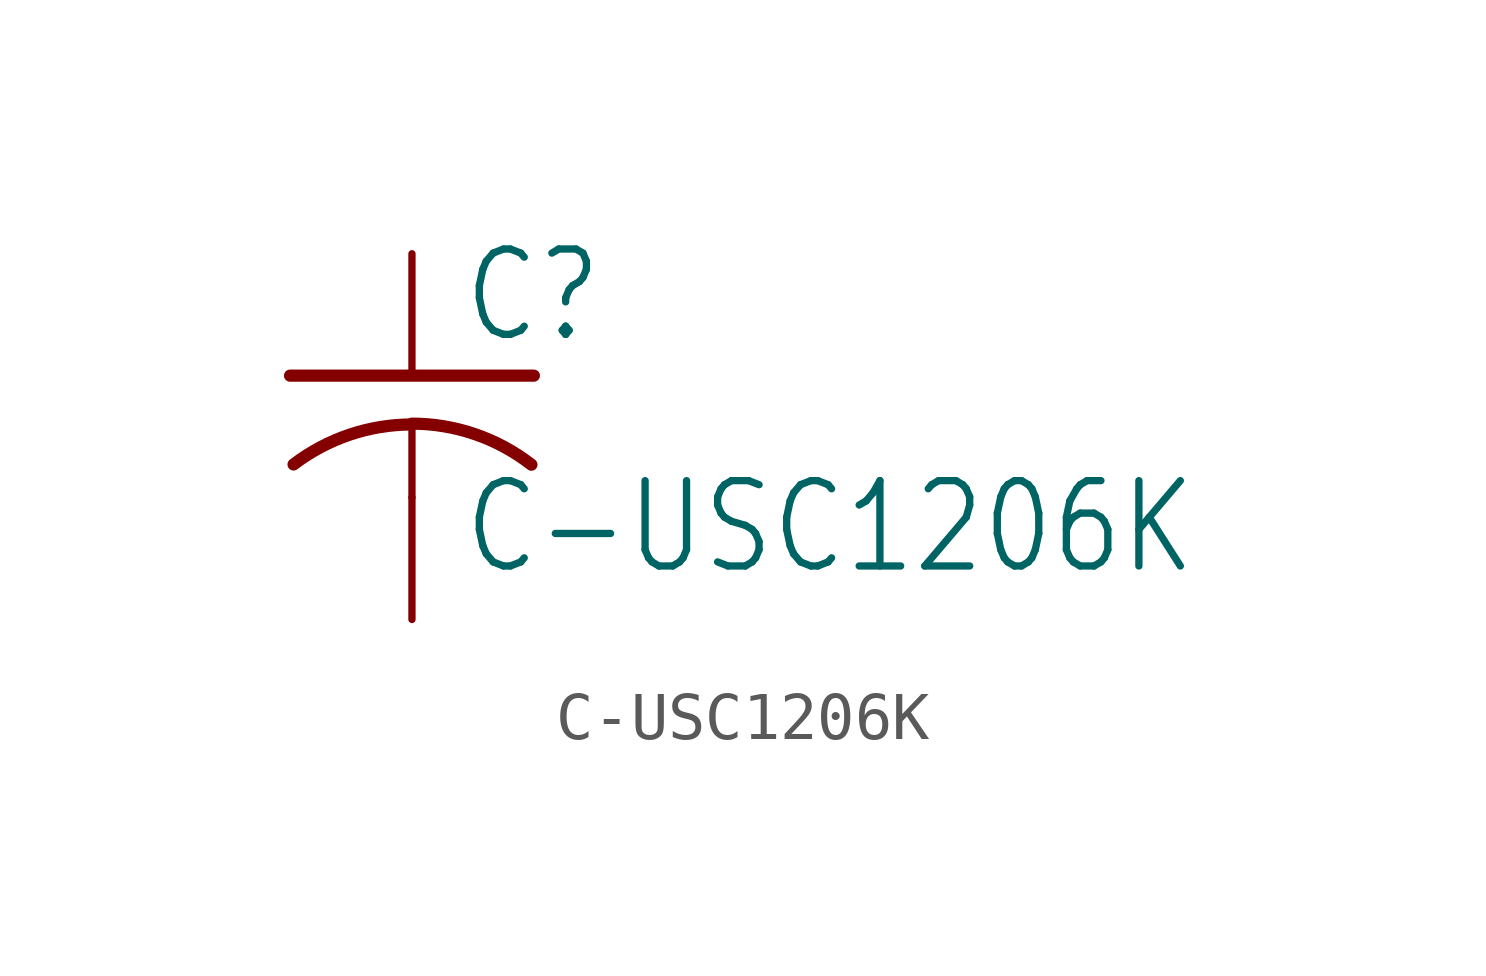
<source format=kicad_sym>
(kicad_symbol_lib
  (version 20211014)
  (generator kicad_symbol_editor)
  (symbol "C-USC1206K"
    (property "Reference" "C"
      (at 1.016 0.635 0)
      (effects (font (size 1.778 1.511)) (justify left bottom)))
    (property "Value" "C-USC1206K"
      (at 1.016 -4.191 0)
      (effects (font (size 1.778 1.511)) (justify left bottom)))
    (property "ki_locked" ""
      (at 0 0 0)
      (effects (font (size 1.27 1.27))))
    (symbol "C-USC1206K_1_0"
      (arc (start 0 -1.0161) (mid -1.302 -1.2303) (end -2.4668 -1.8504) (stroke (width 0.254) (type default) (color 0 0 0 0)) (fill (type none)))
      (polyline (pts (xy -2.54 0) (xy 2.54 0)) (stroke (width 0.254) (type default) (color 0 0 0 0)) (fill (type none)))
      (polyline (pts (xy 0 -1.016) (xy 0 -2.54)) (stroke (width 0.152) (type default) (color 0 0 0 0)) (fill (type none)))
      (arc (start 2.4892 -1.8542) (mid 1.3158 -1.2195) (end 0 -1) (stroke (width 0.254) (type default) (color 0 0 0 0)) (fill (type none)))
      (pin passive line (at 0 2.54 270) (length 2.54) (name "1" (effects (font (size 0 0)))) (number "1" (effects (font (size 0 0)))))
      (pin passive line (at 0 -5.08 90) (length 2.54) (name "2" (effects (font (size 0 0)))) (number "2" (effects (font (size 0 0))))))))
</source>
